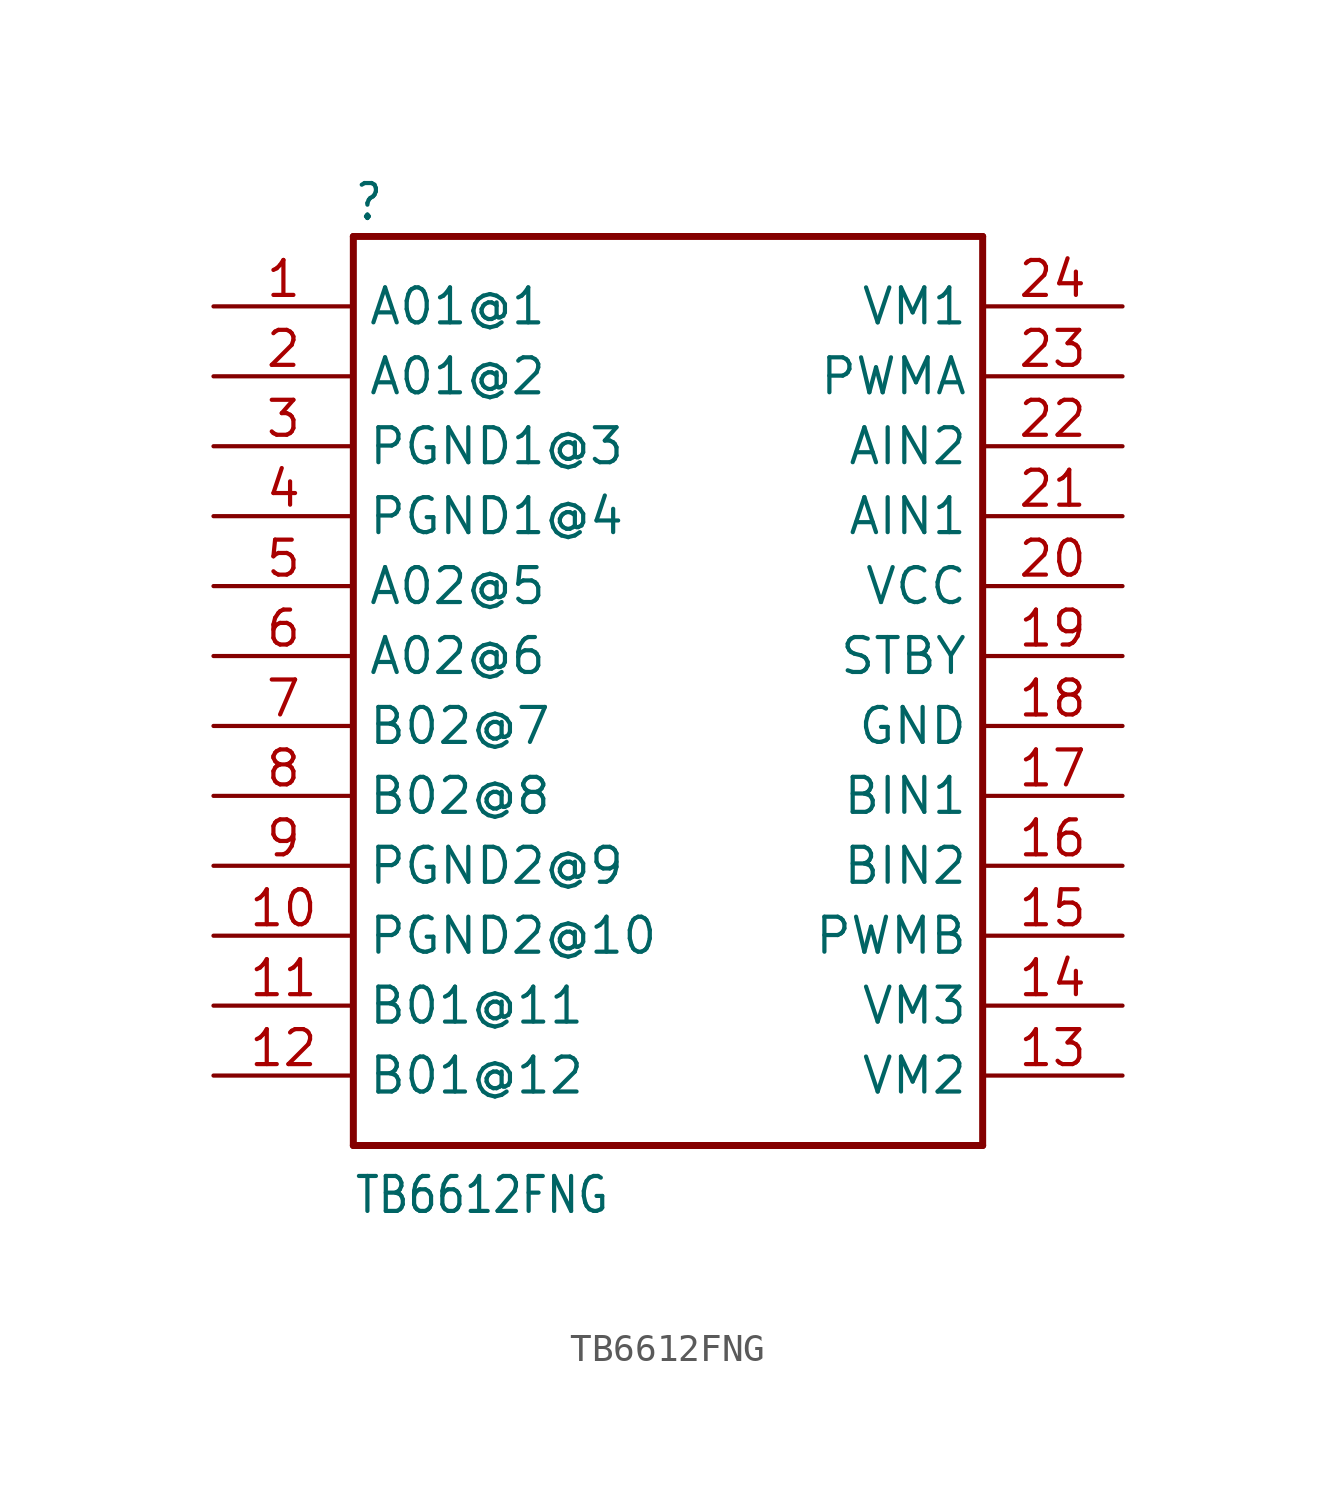
<source format=kicad_sym>
(kicad_symbol_lib
  (version 20220914)
  (generator kicad_symbol_editor)
  (symbol "TB6612FNG"
    (property "Reference" ""
      (at -12.7 15.748 0)
      (effects (font (size 1.27 1.079)) (justify left bottom)))
    (property "Value" "TB6612FNG"
      (at -12.7 -20.32 0)
      (effects (font (size 1.27 1.079)) (justify left bottom)))
    (property "ki_locked" ""
      (at 0 0 0)
      (effects (font (size 1.27 1.27))))
    (symbol "TB6612FNG_1_0"
      (polyline (pts (xy -12.7 -17.78) (xy 10.16 -17.78)) (stroke (width 0.254) (type default)) (fill (type none)))
      (polyline (pts (xy -12.7 15.24) (xy -12.7 -17.78)) (stroke (width 0.254) (type default)) (fill (type none)))
      (polyline (pts (xy 10.16 -17.78) (xy 10.16 15.24)) (stroke (width 0.254) (type default)) (fill (type none)))
      (polyline (pts (xy 10.16 15.24) (xy -12.7 15.24)) (stroke (width 0.254) (type default)) (fill (type none)))
      (pin bidirectional line (at -17.78 12.7 0) (length 5.08) (name "A01@1" (effects (font (size 1.27 1.27)))) (number "1" (effects (font (size 1.27 1.27)))))
      (pin bidirectional line (at -17.78 -10.16 0) (length 5.08) (name "PGND2@10" (effects (font (size 1.27 1.27)))) (number "10" (effects (font (size 1.27 1.27)))))
      (pin bidirectional line (at -17.78 -12.7 0) (length 5.08) (name "B01@11" (effects (font (size 1.27 1.27)))) (number "11" (effects (font (size 1.27 1.27)))))
      (pin bidirectional line (at -17.78 -15.24 0) (length 5.08) (name "B01@12" (effects (font (size 1.27 1.27)))) (number "12" (effects (font (size 1.27 1.27)))))
      (pin bidirectional line (at 15.24 -15.24 180) (length 5.08) (name "VM2" (effects (font (size 1.27 1.27)))) (number "13" (effects (font (size 1.27 1.27)))))
      (pin bidirectional line (at 15.24 -12.7 180) (length 5.08) (name "VM3" (effects (font (size 1.27 1.27)))) (number "14" (effects (font (size 1.27 1.27)))))
      (pin bidirectional line (at 15.24 -10.16 180) (length 5.08) (name "PWMB" (effects (font (size 1.27 1.27)))) (number "15" (effects (font (size 1.27 1.27)))))
      (pin bidirectional line (at 15.24 -7.62 180) (length 5.08) (name "BIN2" (effects (font (size 1.27 1.27)))) (number "16" (effects (font (size 1.27 1.27)))))
      (pin bidirectional line (at 15.24 -5.08 180) (length 5.08) (name "BIN1" (effects (font (size 1.27 1.27)))) (number "17" (effects (font (size 1.27 1.27)))))
      (pin bidirectional line (at 15.24 -2.54 180) (length 5.08) (name "GND" (effects (font (size 1.27 1.27)))) (number "18" (effects (font (size 1.27 1.27)))))
      (pin bidirectional line (at 15.24 0 180) (length 5.08) (name "STBY" (effects (font (size 1.27 1.27)))) (number "19" (effects (font (size 1.27 1.27)))))
      (pin bidirectional line (at -17.78 10.16 0) (length 5.08) (name "A01@2" (effects (font (size 1.27 1.27)))) (number "2" (effects (font (size 1.27 1.27)))))
      (pin bidirectional line (at 15.24 2.54 180) (length 5.08) (name "VCC" (effects (font (size 1.27 1.27)))) (number "20" (effects (font (size 1.27 1.27)))))
      (pin bidirectional line (at 15.24 5.08 180) (length 5.08) (name "AIN1" (effects (font (size 1.27 1.27)))) (number "21" (effects (font (size 1.27 1.27)))))
      (pin bidirectional line (at 15.24 7.62 180) (length 5.08) (name "AIN2" (effects (font (size 1.27 1.27)))) (number "22" (effects (font (size 1.27 1.27)))))
      (pin bidirectional line (at 15.24 10.16 180) (length 5.08) (name "PWMA" (effects (font (size 1.27 1.27)))) (number "23" (effects (font (size 1.27 1.27)))))
      (pin bidirectional line (at 15.24 12.7 180) (length 5.08) (name "VM1" (effects (font (size 1.27 1.27)))) (number "24" (effects (font (size 1.27 1.27)))))
      (pin bidirectional line (at -17.78 7.62 0) (length 5.08) (name "PGND1@3" (effects (font (size 1.27 1.27)))) (number "3" (effects (font (size 1.27 1.27)))))
      (pin bidirectional line (at -17.78 5.08 0) (length 5.08) (name "PGND1@4" (effects (font (size 1.27 1.27)))) (number "4" (effects (font (size 1.27 1.27)))))
      (pin bidirectional line (at -17.78 2.54 0) (length 5.08) (name "A02@5" (effects (font (size 1.27 1.27)))) (number "5" (effects (font (size 1.27 1.27)))))
      (pin bidirectional line (at -17.78 0 0) (length 5.08) (name "A02@6" (effects (font (size 1.27 1.27)))) (number "6" (effects (font (size 1.27 1.27)))))
      (pin bidirectional line (at -17.78 -2.54 0) (length 5.08) (name "B02@7" (effects (font (size 1.27 1.27)))) (number "7" (effects (font (size 1.27 1.27)))))
      (pin bidirectional line (at -17.78 -5.08 0) (length 5.08) (name "B02@8" (effects (font (size 1.27 1.27)))) (number "8" (effects (font (size 1.27 1.27)))))
      (pin bidirectional line (at -17.78 -7.62 0) (length 5.08) (name "PGND2@9" (effects (font (size 1.27 1.27)))) (number "9" (effects (font (size 1.27 1.27))))))))
</source>
